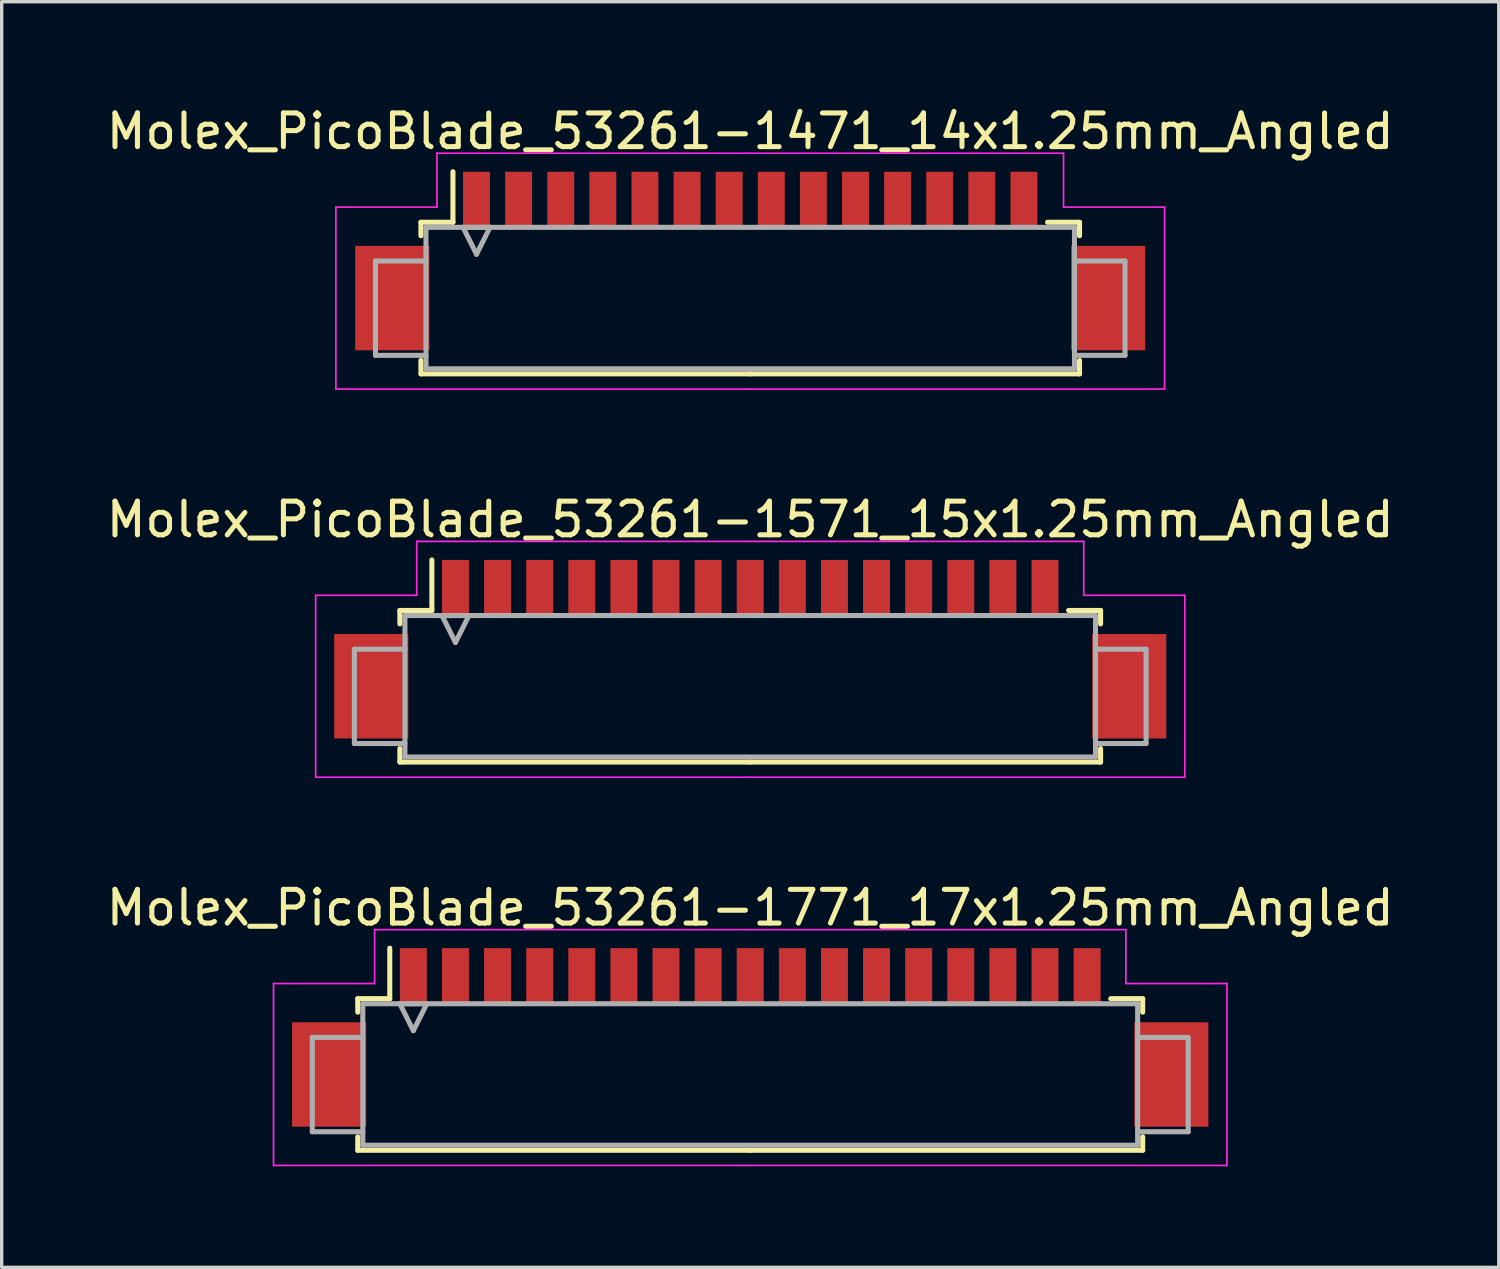
<source format=kicad_pcb>
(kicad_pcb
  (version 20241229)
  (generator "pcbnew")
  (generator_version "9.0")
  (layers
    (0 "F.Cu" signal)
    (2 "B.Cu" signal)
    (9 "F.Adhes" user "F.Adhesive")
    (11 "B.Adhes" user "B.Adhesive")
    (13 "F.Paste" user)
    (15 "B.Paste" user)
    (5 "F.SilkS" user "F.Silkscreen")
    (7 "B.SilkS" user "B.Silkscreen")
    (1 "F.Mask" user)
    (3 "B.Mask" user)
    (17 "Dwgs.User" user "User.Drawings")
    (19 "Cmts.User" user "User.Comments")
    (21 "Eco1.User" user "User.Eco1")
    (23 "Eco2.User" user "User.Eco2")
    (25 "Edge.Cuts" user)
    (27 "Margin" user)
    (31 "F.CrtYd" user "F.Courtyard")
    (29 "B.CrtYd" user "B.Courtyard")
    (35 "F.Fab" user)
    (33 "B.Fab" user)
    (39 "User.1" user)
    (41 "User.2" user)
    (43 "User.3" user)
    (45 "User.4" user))
  (footprint "Molex_PicoBlade_53261-1571_15x1.25mm_Angled"
    (layer "F.Cu")
    (at 19.22 15.871)
    (property "Reference" "Molex_PicoBlade_53261-1571_15x1.25mm_Angled" (at 0 -3.5 0) (layer "F.SilkS") (effects (font (size 1 1) (thickness 0.15))))
    (attr smd)
    (fp_line (start -10.4 -0.8) (end -10.4 -0.4) (stroke (width 0.15) (type solid)) (layer "F.SilkS"))
    (fp_line (start -10.4 3.3) (end -10.4 3.7) (stroke (width 0.15) (type solid)) (layer "F.SilkS"))
    (fp_line (start -10.4 3.7) (end 0 3.7) (stroke (width 0.15) (type solid)) (layer "F.SilkS"))
    (fp_line (start -9.45 -0.8) (end -10.4 -0.8) (stroke (width 0.15) (type solid)) (layer "F.SilkS"))
    (fp_line (start -9.45 -0.8) (end -9.45 -2.3) (stroke (width 0.15) (type solid)) (layer "F.SilkS"))
    (fp_line (start 9.45 -0.8) (end 10.4 -0.8) (stroke (width 0.15) (type solid)) (layer "F.SilkS"))
    (fp_line (start 10.4 -0.8) (end 10.4 -0.4) (stroke (width 0.15) (type solid)) (layer "F.SilkS"))
    (fp_line (start 10.4 3.3) (end 10.4 3.7) (stroke (width 0.15) (type solid)) (layer "F.SilkS"))
    (fp_line (start 10.4 3.7) (end 0 3.7) (stroke (width 0.15) (type solid)) (layer "F.SilkS"))
    (fp_line (start -12.9 -1.25) (end -12.9 4.15) (stroke (width 0.05) (type solid)) (layer "F.CrtYd"))
    (fp_line (start -12.9 4.15) (end 0 4.15) (stroke (width 0.05) (type solid)) (layer "F.CrtYd"))
    (fp_line (start -9.9 -2.85) (end -9.9 -1.25) (stroke (width 0.05) (type solid)) (layer "F.CrtYd"))
    (fp_line (start -9.9 -1.25) (end -12.9 -1.25) (stroke (width 0.05) (type solid)) (layer "F.CrtYd"))
    (fp_line (start 0 -2.85) (end -9.9 -2.85) (stroke (width 0.05) (type solid)) (layer "F.CrtYd"))
    (fp_line (start 0 -2.85) (end 9.9 -2.85) (stroke (width 0.05) (type solid)) (layer "F.CrtYd"))
    (fp_line (start 9.9 -2.85) (end 9.9 -1.25) (stroke (width 0.05) (type solid)) (layer "F.CrtYd"))
    (fp_line (start 9.9 -1.25) (end 12.9 -1.25) (stroke (width 0.05) (type solid)) (layer "F.CrtYd"))
    (fp_line (start 12.9 -1.25) (end 12.9 4.15) (stroke (width 0.05) (type solid)) (layer "F.CrtYd"))
    (fp_line (start 12.9 4.15) (end 0 4.15) (stroke (width 0.05) (type solid)) (layer "F.CrtYd"))
    (fp_line (start -11.75 0.35) (end -11.75 3.15) (stroke (width 0.15) (type solid)) (layer "F.Fab"))
    (fp_line (start -11.75 3.15) (end -10.25 3.15) (stroke (width 0.15) (type solid)) (layer "F.Fab"))
    (fp_line (start -10.25 -0.65) (end 10.25 -0.65) (stroke (width 0.15) (type solid)) (layer "F.Fab"))
    (fp_line (start -10.25 0.35) (end -11.75 0.35) (stroke (width 0.15) (type solid)) (layer "F.Fab"))
    (fp_line (start -10.25 3.55) (end -10.25 -0.65) (stroke (width 0.15) (type solid)) (layer "F.Fab"))
    (fp_line (start -9.15 -0.65) (end -8.75 0.15) (stroke (width 0.15) (type solid)) (layer "F.Fab"))
    (fp_line (start -8.75 0.15) (end -8.35 -0.65) (stroke (width 0.15) (type solid)) (layer "F.Fab"))
    (fp_line (start -8.35 -0.65) (end -9.15 -0.65) (stroke (width 0.15) (type solid)) (layer "F.Fab"))
    (fp_line (start 10.25 -0.65) (end 10.25 3.55) (stroke (width 0.15) (type solid)) (layer "F.Fab"))
    (fp_line (start 10.25 0.35) (end 11.75 0.35) (stroke (width 0.15) (type solid)) (layer "F.Fab"))
    (fp_line (start 10.25 3.55) (end -10.25 3.55) (stroke (width 0.15) (type solid)) (layer "F.Fab"))
    (fp_line (start 11.75 0.35) (end 11.75 3.15) (stroke (width 0.15) (type solid)) (layer "F.Fab"))
    (fp_line (start 11.75 3.15) (end 10.25 3.15) (stroke (width 0.15) (type solid)) (layer "F.Fab"))
    (pad "" smd rect (at -11.25 1.45) (size 2.2 3.1) (layers "F.Cu" "F.Mask" "F.Paste"))
    (pad "" smd rect (at 11.25 1.45) (size 2.2 3.1) (layers "F.Cu" "F.Mask" "F.Paste"))
    (pad "1" smd rect (at -8.75 -1.45) (size 0.8 1.7) (layers "F.Cu" "F.Mask" "F.Paste"))
    (pad "2" smd rect (at -7.5 -1.45) (size 0.8 1.7) (layers "F.Cu" "F.Mask" "F.Paste"))
    (pad "3" smd rect (at -6.25 -1.45) (size 0.8 1.7) (layers "F.Cu" "F.Mask" "F.Paste"))
    (pad "4" smd rect (at -5 -1.45) (size 0.8 1.7) (layers "F.Cu" "F.Mask" "F.Paste"))
    (pad "5" smd rect (at -3.75 -1.45) (size 0.8 1.7) (layers "F.Cu" "F.Mask" "F.Paste"))
    (pad "6" smd rect (at -2.5 -1.45) (size 0.8 1.7) (layers "F.Cu" "F.Mask" "F.Paste"))
    (pad "7" smd rect (at -1.25 -1.45) (size 0.8 1.7) (layers "F.Cu" "F.Mask" "F.Paste"))
    (pad "8" smd rect (at 0 -1.45) (size 0.8 1.7) (layers "F.Cu" "F.Mask" "F.Paste"))
    (pad "9" smd rect (at 1.25 -1.45) (size 0.8 1.7) (layers "F.Cu" "F.Mask" "F.Paste"))
    (pad "10" smd rect (at 2.5 -1.45) (size 0.8 1.7) (layers "F.Cu" "F.Mask" "F.Paste"))
    (pad "11" smd rect (at 3.75 -1.45) (size 0.8 1.7) (layers "F.Cu" "F.Mask" "F.Paste"))
    (pad "12" smd rect (at 5 -1.45) (size 0.8 1.7) (layers "F.Cu" "F.Mask" "F.Paste"))
    (pad "13" smd rect (at 6.25 -1.45) (size 0.8 1.7) (layers "F.Cu" "F.Mask" "F.Paste"))
    (pad "14" smd rect (at 7.5 -1.45) (size 0.8 1.7) (layers "F.Cu" "F.Mask" "F.Paste"))
    (pad "15" smd rect (at 8.75 -1.45) (size 0.8 1.7) (layers "F.Cu" "F.Mask" "F.Paste")))
  (footprint "Molex_PicoBlade_53261-1471_14x1.25mm_Angled"
    (layer "F.Cu")
    (at 19.22 4.348)
    (property "Reference" "Molex_PicoBlade_53261-1471_14x1.25mm_Angled" (at 0 -3.5 0) (layer "F.SilkS") (effects (font (size 1 1) (thickness 0.15))))
    (attr smd)
    (fp_line (start -9.775 -0.8) (end -9.775 -0.4) (stroke (width 0.15) (type solid)) (layer "F.SilkS"))
    (fp_line (start -9.775 3.3) (end -9.775 3.7) (stroke (width 0.15) (type solid)) (layer "F.SilkS"))
    (fp_line (start -9.775 3.7) (end 0 3.7) (stroke (width 0.15) (type solid)) (layer "F.SilkS"))
    (fp_line (start -8.825 -0.8) (end -9.775 -0.8) (stroke (width 0.15) (type solid)) (layer "F.SilkS"))
    (fp_line (start -8.825 -0.8) (end -8.825 -2.3) (stroke (width 0.15) (type solid)) (layer "F.SilkS"))
    (fp_line (start 8.825 -0.8) (end 9.775 -0.8) (stroke (width 0.15) (type solid)) (layer "F.SilkS"))
    (fp_line (start 9.775 -0.8) (end 9.775 -0.4) (stroke (width 0.15) (type solid)) (layer "F.SilkS"))
    (fp_line (start 9.775 3.3) (end 9.775 3.7) (stroke (width 0.15) (type solid)) (layer "F.SilkS"))
    (fp_line (start 9.775 3.7) (end 0 3.7) (stroke (width 0.15) (type solid)) (layer "F.SilkS"))
    (fp_line (start -12.3 -1.25) (end -12.3 4.15) (stroke (width 0.05) (type solid)) (layer "F.CrtYd"))
    (fp_line (start -12.3 4.15) (end 0 4.15) (stroke (width 0.05) (type solid)) (layer "F.CrtYd"))
    (fp_line (start -9.3 -2.85) (end -9.3 -1.25) (stroke (width 0.05) (type solid)) (layer "F.CrtYd"))
    (fp_line (start -9.3 -1.25) (end -12.3 -1.25) (stroke (width 0.05) (type solid)) (layer "F.CrtYd"))
    (fp_line (start 0 -2.85) (end -9.3 -2.85) (stroke (width 0.05) (type solid)) (layer "F.CrtYd"))
    (fp_line (start 0 -2.85) (end 9.3 -2.85) (stroke (width 0.05) (type solid)) (layer "F.CrtYd"))
    (fp_line (start 9.3 -2.85) (end 9.3 -1.25) (stroke (width 0.05) (type solid)) (layer "F.CrtYd"))
    (fp_line (start 9.3 -1.25) (end 12.3 -1.25) (stroke (width 0.05) (type solid)) (layer "F.CrtYd"))
    (fp_line (start 12.3 -1.25) (end 12.3 4.15) (stroke (width 0.05) (type solid)) (layer "F.CrtYd"))
    (fp_line (start 12.3 4.15) (end 0 4.15) (stroke (width 0.05) (type solid)) (layer "F.CrtYd"))
    (fp_line (start -11.125 0.35) (end -11.125 3.15) (stroke (width 0.15) (type solid)) (layer "F.Fab"))
    (fp_line (start -11.125 3.15) (end -9.625 3.15) (stroke (width 0.15) (type solid)) (layer "F.Fab"))
    (fp_line (start -9.625 -0.65) (end 9.625 -0.65) (stroke (width 0.15) (type solid)) (layer "F.Fab"))
    (fp_line (start -9.625 0.35) (end -11.125 0.35) (stroke (width 0.15) (type solid)) (layer "F.Fab"))
    (fp_line (start -9.625 3.55) (end -9.625 -0.65) (stroke (width 0.15) (type solid)) (layer "F.Fab"))
    (fp_line (start -8.525 -0.65) (end -8.125 0.15) (stroke (width 0.15) (type solid)) (layer "F.Fab"))
    (fp_line (start -8.125 0.15) (end -7.725 -0.65) (stroke (width 0.15) (type solid)) (layer "F.Fab"))
    (fp_line (start -7.725 -0.65) (end -8.525 -0.65) (stroke (width 0.15) (type solid)) (layer "F.Fab"))
    (fp_line (start 9.625 -0.65) (end 9.625 3.55) (stroke (width 0.15) (type solid)) (layer "F.Fab"))
    (fp_line (start 9.625 0.35) (end 11.125 0.35) (stroke (width 0.15) (type solid)) (layer "F.Fab"))
    (fp_line (start 9.625 3.55) (end -9.625 3.55) (stroke (width 0.15) (type solid)) (layer "F.Fab"))
    (fp_line (start 11.125 0.35) (end 11.125 3.15) (stroke (width 0.15) (type solid)) (layer "F.Fab"))
    (fp_line (start 11.125 3.15) (end 9.625 3.15) (stroke (width 0.15) (type solid)) (layer "F.Fab"))
    (pad "" smd rect (at -10.625 1.45) (size 2.2 3.1) (layers "F.Cu" "F.Mask" "F.Paste"))
    (pad "" smd rect (at 10.625 1.45) (size 2.2 3.1) (layers "F.Cu" "F.Mask" "F.Paste"))
    (pad "1" smd rect (at -8.125 -1.45) (size 0.8 1.7) (layers "F.Cu" "F.Mask" "F.Paste"))
    (pad "2" smd rect (at -6.875 -1.45) (size 0.8 1.7) (layers "F.Cu" "F.Mask" "F.Paste"))
    (pad "3" smd rect (at -5.625 -1.45) (size 0.8 1.7) (layers "F.Cu" "F.Mask" "F.Paste"))
    (pad "4" smd rect (at -4.375 -1.45) (size 0.8 1.7) (layers "F.Cu" "F.Mask" "F.Paste"))
    (pad "5" smd rect (at -3.125 -1.45) (size 0.8 1.7) (layers "F.Cu" "F.Mask" "F.Paste"))
    (pad "6" smd rect (at -1.875 -1.45) (size 0.8 1.7) (layers "F.Cu" "F.Mask" "F.Paste"))
    (pad "7" smd rect (at -0.625 -1.45) (size 0.8 1.7) (layers "F.Cu" "F.Mask" "F.Paste"))
    (pad "8" smd rect (at 0.625 -1.45) (size 0.8 1.7) (layers "F.Cu" "F.Mask" "F.Paste"))
    (pad "9" smd rect (at 1.875 -1.45) (size 0.8 1.7) (layers "F.Cu" "F.Mask" "F.Paste"))
    (pad "10" smd rect (at 3.125 -1.45) (size 0.8 1.7) (layers "F.Cu" "F.Mask" "F.Paste"))
    (pad "11" smd rect (at 4.375 -1.45) (size 0.8 1.7) (layers "F.Cu" "F.Mask" "F.Paste"))
    (pad "12" smd rect (at 5.625 -1.45) (size 0.8 1.7) (layers "F.Cu" "F.Mask" "F.Paste"))
    (pad "13" smd rect (at 6.875 -1.45) (size 0.8 1.7) (layers "F.Cu" "F.Mask" "F.Paste"))
    (pad "14" smd rect (at 8.125 -1.45) (size 0.8 1.7) (layers "F.Cu" "F.Mask" "F.Paste")))
  (footprint "Molex_PicoBlade_53261-1771_17x1.25mm_Angled"
    (layer "F.Cu")
    (at 19.22 27.395)
    (property "Reference" "Molex_PicoBlade_53261-1771_17x1.25mm_Angled" (at 0 -3.5 0) (layer "F.SilkS") (effects (font (size 1 1) (thickness 0.15))))
    (attr smd)
    (fp_line (start -11.65 -0.8) (end -11.65 -0.4) (stroke (width 0.15) (type solid)) (layer "F.SilkS"))
    (fp_line (start -11.65 3.3) (end -11.65 3.7) (stroke (width 0.15) (type solid)) (layer "F.SilkS"))
    (fp_line (start -11.65 3.7) (end 0 3.7) (stroke (width 0.15) (type solid)) (layer "F.SilkS"))
    (fp_line (start -10.7 -0.8) (end -11.65 -0.8) (stroke (width 0.15) (type solid)) (layer "F.SilkS"))
    (fp_line (start -10.7 -0.8) (end -10.7 -2.3) (stroke (width 0.15) (type solid)) (layer "F.SilkS"))
    (fp_line (start 10.7 -0.8) (end 11.65 -0.8) (stroke (width 0.15) (type solid)) (layer "F.SilkS"))
    (fp_line (start 11.65 -0.8) (end 11.65 -0.4) (stroke (width 0.15) (type solid)) (layer "F.SilkS"))
    (fp_line (start 11.65 3.3) (end 11.65 3.7) (stroke (width 0.15) (type solid)) (layer "F.SilkS"))
    (fp_line (start 11.65 3.7) (end 0 3.7) (stroke (width 0.15) (type solid)) (layer "F.SilkS"))
    (fp_line (start -14.15 -1.25) (end -14.15 4.15) (stroke (width 0.05) (type solid)) (layer "F.CrtYd"))
    (fp_line (start -14.15 4.15) (end 0 4.15) (stroke (width 0.05) (type solid)) (layer "F.CrtYd"))
    (fp_line (start -11.15 -2.85) (end -11.15 -1.25) (stroke (width 0.05) (type solid)) (layer "F.CrtYd"))
    (fp_line (start -11.15 -1.25) (end -14.15 -1.25) (stroke (width 0.05) (type solid)) (layer "F.CrtYd"))
    (fp_line (start 0 -2.85) (end -11.15 -2.85) (stroke (width 0.05) (type solid)) (layer "F.CrtYd"))
    (fp_line (start 0 -2.85) (end 11.15 -2.85) (stroke (width 0.05) (type solid)) (layer "F.CrtYd"))
    (fp_line (start 11.15 -2.85) (end 11.15 -1.25) (stroke (width 0.05) (type solid)) (layer "F.CrtYd"))
    (fp_line (start 11.15 -1.25) (end 14.15 -1.25) (stroke (width 0.05) (type solid)) (layer "F.CrtYd"))
    (fp_line (start 14.15 -1.25) (end 14.15 4.15) (stroke (width 0.05) (type solid)) (layer "F.CrtYd"))
    (fp_line (start 14.15 4.15) (end 0 4.15) (stroke (width 0.05) (type solid)) (layer "F.CrtYd"))
    (fp_line (start -13 0.35) (end -13 3.15) (stroke (width 0.15) (type solid)) (layer "F.Fab"))
    (fp_line (start -13 3.15) (end -11.5 3.15) (stroke (width 0.15) (type solid)) (layer "F.Fab"))
    (fp_line (start -11.5 -0.65) (end 11.5 -0.65) (stroke (width 0.15) (type solid)) (layer "F.Fab"))
    (fp_line (start -11.5 0.35) (end -13 0.35) (stroke (width 0.15) (type solid)) (layer "F.Fab"))
    (fp_line (start -11.5 3.55) (end -11.5 -0.65) (stroke (width 0.15) (type solid)) (layer "F.Fab"))
    (fp_line (start -10.4 -0.65) (end -10 0.15) (stroke (width 0.15) (type solid)) (layer "F.Fab"))
    (fp_line (start -10 0.15) (end -9.6 -0.65) (stroke (width 0.15) (type solid)) (layer "F.Fab"))
    (fp_line (start -9.6 -0.65) (end -10.4 -0.65) (stroke (width 0.15) (type solid)) (layer "F.Fab"))
    (fp_line (start 11.5 -0.65) (end 11.5 3.55) (stroke (width 0.15) (type solid)) (layer "F.Fab"))
    (fp_line (start 11.5 0.35) (end 13 0.35) (stroke (width 0.15) (type solid)) (layer "F.Fab"))
    (fp_line (start 11.5 3.55) (end -11.5 3.55) (stroke (width 0.15) (type solid)) (layer "F.Fab"))
    (fp_line (start 13 0.35) (end 13 3.15) (stroke (width 0.15) (type solid)) (layer "F.Fab"))
    (fp_line (start 13 3.15) (end 11.5 3.15) (stroke (width 0.15) (type solid)) (layer "F.Fab"))
    (pad "" smd rect (at -12.5 1.45) (size 2.2 3.1) (layers "F.Cu" "F.Mask" "F.Paste"))
    (pad "" smd rect (at 12.5 1.45) (size 2.2 3.1) (layers "F.Cu" "F.Mask" "F.Paste"))
    (pad "1" smd rect (at -10 -1.45) (size 0.8 1.7) (layers "F.Cu" "F.Mask" "F.Paste"))
    (pad "2" smd rect (at -8.75 -1.45) (size 0.8 1.7) (layers "F.Cu" "F.Mask" "F.Paste"))
    (pad "3" smd rect (at -7.5 -1.45) (size 0.8 1.7) (layers "F.Cu" "F.Mask" "F.Paste"))
    (pad "4" smd rect (at -6.25 -1.45) (size 0.8 1.7) (layers "F.Cu" "F.Mask" "F.Paste"))
    (pad "5" smd rect (at -5 -1.45) (size 0.8 1.7) (layers "F.Cu" "F.Mask" "F.Paste"))
    (pad "6" smd rect (at -3.75 -1.45) (size 0.8 1.7) (layers "F.Cu" "F.Mask" "F.Paste"))
    (pad "7" smd rect (at -2.5 -1.45) (size 0.8 1.7) (layers "F.Cu" "F.Mask" "F.Paste"))
    (pad "8" smd rect (at -1.25 -1.45) (size 0.8 1.7) (layers "F.Cu" "F.Mask" "F.Paste"))
    (pad "9" smd rect (at 0 -1.45) (size 0.8 1.7) (layers "F.Cu" "F.Mask" "F.Paste"))
    (pad "10" smd rect (at 1.25 -1.45) (size 0.8 1.7) (layers "F.Cu" "F.Mask" "F.Paste"))
    (pad "11" smd rect (at 2.5 -1.45) (size 0.8 1.7) (layers "F.Cu" "F.Mask" "F.Paste"))
    (pad "12" smd rect (at 3.75 -1.45) (size 0.8 1.7) (layers "F.Cu" "F.Mask" "F.Paste"))
    (pad "13" smd rect (at 5 -1.45) (size 0.8 1.7) (layers "F.Cu" "F.Mask" "F.Paste"))
    (pad "14" smd rect (at 6.25 -1.45) (size 0.8 1.7) (layers "F.Cu" "F.Mask" "F.Paste"))
    (pad "15" smd rect (at 7.5 -1.45) (size 0.8 1.7) (layers "F.Cu" "F.Mask" "F.Paste"))
    (pad "16" smd rect (at 8.75 -1.45) (size 0.8 1.7) (layers "F.Cu" "F.Mask" "F.Paste"))
    (pad "17" smd rect (at 10 -1.45) (size 0.8 1.7) (layers "F.Cu" "F.Mask" "F.Paste")))
  (gr_rect
    (start -3 -3)
    (end 41.44 34.57)
    (stroke (width 0.1) (type default))
    (fill no)
    (layer "Edge.Cuts")))
</source>
